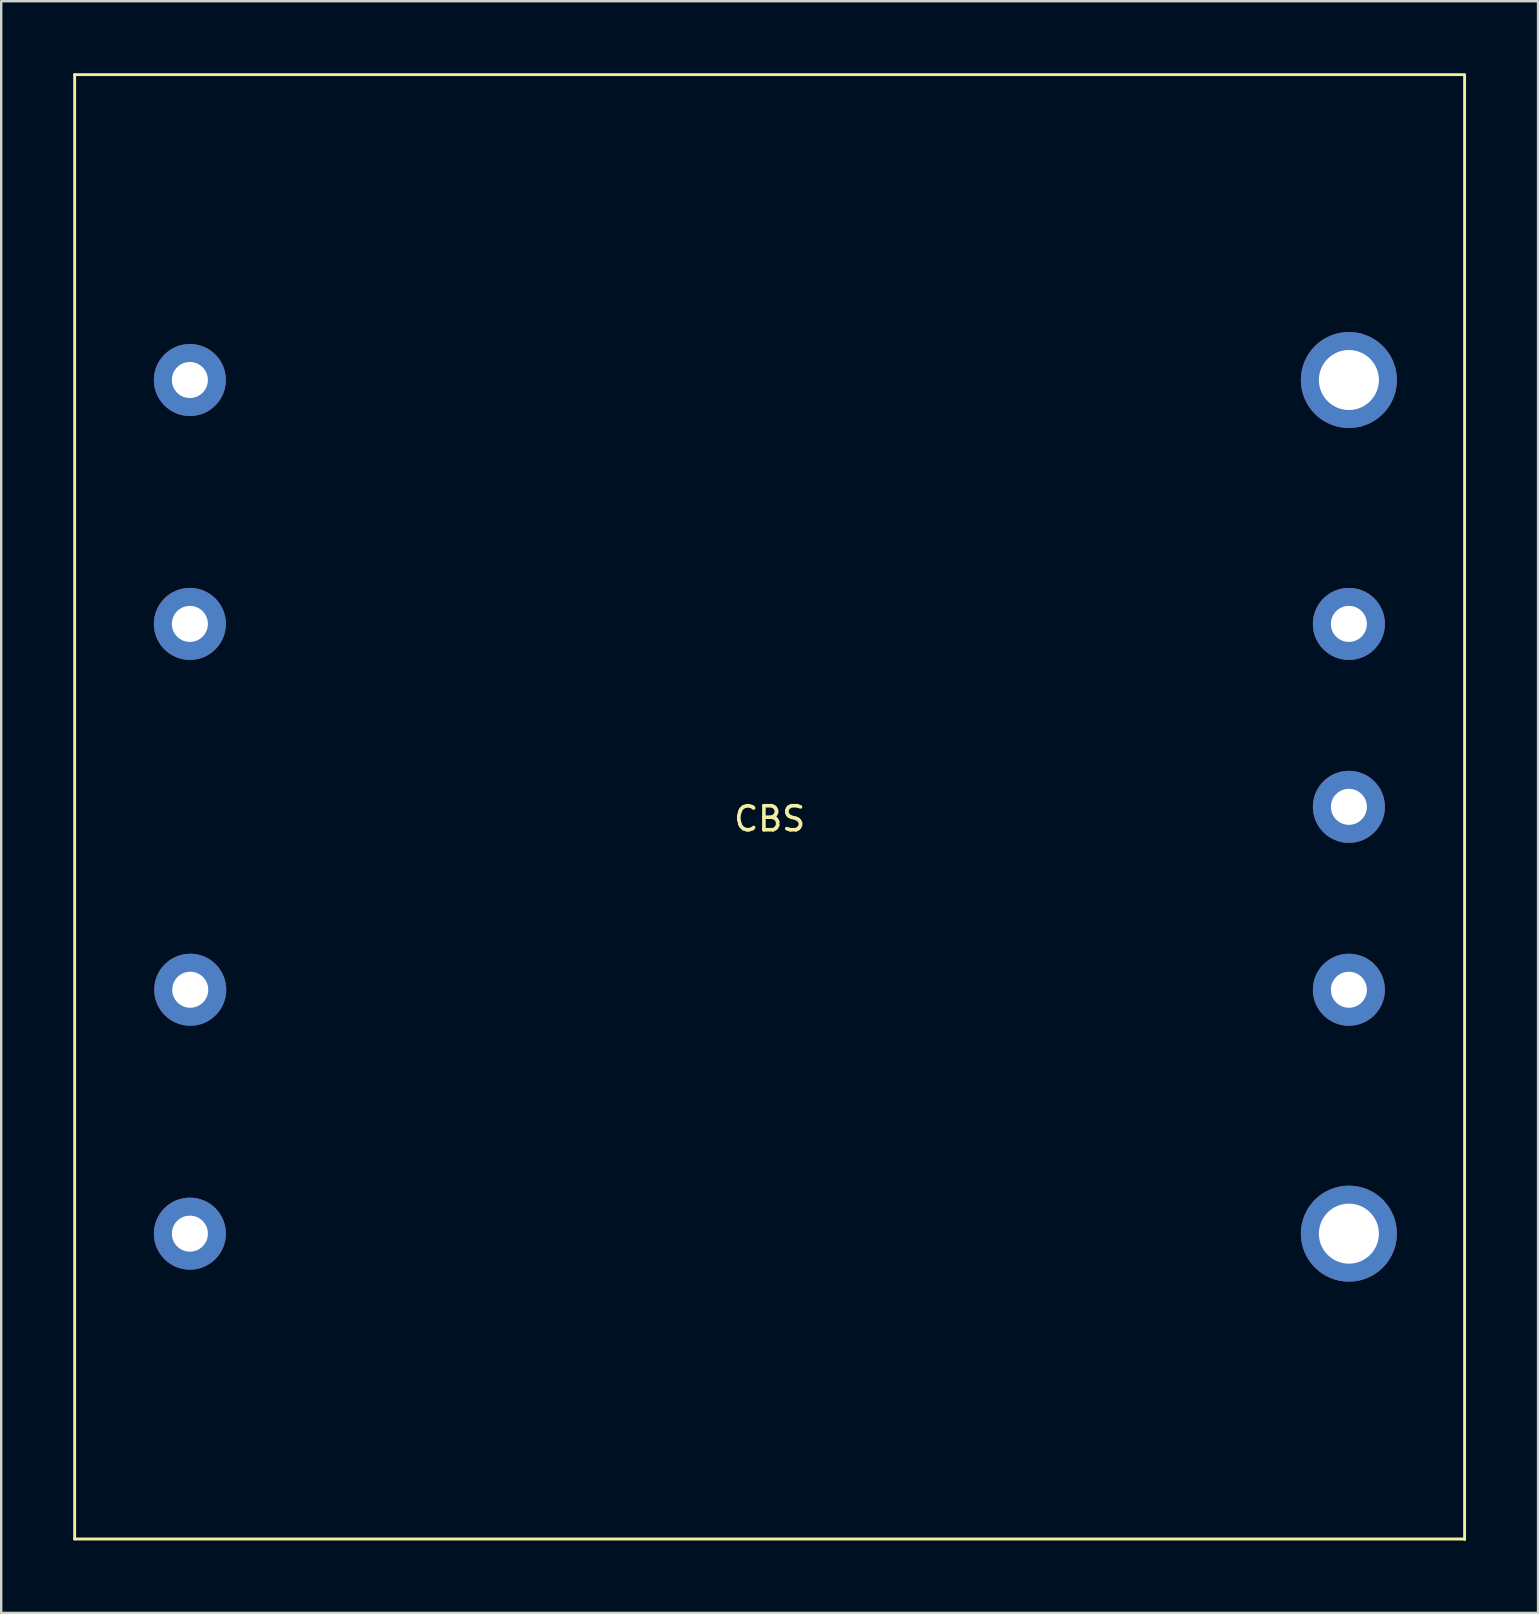
<source format=kicad_pcb>
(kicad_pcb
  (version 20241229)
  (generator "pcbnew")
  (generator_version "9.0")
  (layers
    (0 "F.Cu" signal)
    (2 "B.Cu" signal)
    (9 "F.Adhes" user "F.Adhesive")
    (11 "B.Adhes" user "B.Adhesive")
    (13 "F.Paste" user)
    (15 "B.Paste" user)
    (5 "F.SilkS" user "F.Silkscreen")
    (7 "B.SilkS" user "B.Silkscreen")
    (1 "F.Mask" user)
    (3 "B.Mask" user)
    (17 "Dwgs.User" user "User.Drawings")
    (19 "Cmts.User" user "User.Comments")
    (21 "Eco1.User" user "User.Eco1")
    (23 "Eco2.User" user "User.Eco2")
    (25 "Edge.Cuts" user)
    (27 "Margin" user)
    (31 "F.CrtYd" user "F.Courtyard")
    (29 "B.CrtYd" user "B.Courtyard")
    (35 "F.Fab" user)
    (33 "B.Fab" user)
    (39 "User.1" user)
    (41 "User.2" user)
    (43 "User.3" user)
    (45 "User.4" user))
  (footprint "CBS"
    (layer "F.Cu")
    (at 29.01 30.56)
    (property "Reference" "CBS" (at 0 0.5 0) (layer "F.SilkS") (effects (font (size 1 1) (thickness 0.15))))
    (attr through_hole)
    (fp_line (start -28.95 -30.5) (end 28.95 -30.5) (stroke (width 0.12) (type solid)) (layer "F.SilkS"))
    (fp_line (start -28.95 30.5) (end -28.95 -30.5) (stroke (width 0.12) (type solid)) (layer "F.SilkS"))
    (fp_line (start -28.95 30.5) (end 28.95 30.5) (stroke (width 0.12) (type solid)) (layer "F.SilkS"))
    (fp_line (start 28.95 30.52) (end 28.95 -30.48) (stroke (width 0.12) (type solid)) (layer "F.SilkS"))
    (pad "1" thru_hole circle (at -24.15 -17.78) (size 3 3) (drill 1.5) (layers "*.Cu" "*.Mask"))
    (pad "2" thru_hole circle (at -24.15 -7.62) (size 3 3) (drill 1.5) (layers "*.Cu" "*.Mask"))
    (pad "3" thru_hole circle (at -24.135 7.62) (size 3 3) (drill 1.5) (layers "*.Cu" "*.Mask"))
    (pad "4" thru_hole circle (at -24.15 17.78) (size 3 3) (drill 1.5) (layers "*.Cu" "*.Mask"))
    (pad "5" thru_hole circle (at 24.13 -17.78) (size 4 4) (drill 2.5) (layers "*.Cu" "*.Mask"))
    (pad "6" thru_hole circle (at 24.13 -7.62) (size 3 3) (drill 1.5) (layers "*.Cu" "*.Mask"))
    (pad "7" thru_hole circle (at 24.13 0) (size 3 3) (drill 1.5) (layers "*.Cu" "*.Mask"))
    (pad "8" thru_hole circle (at 24.13 7.62) (size 3 3) (drill 1.5) (layers "*.Cu" "*.Mask"))
    (pad "9" thru_hole circle (at 24.13 17.78) (size 4 4) (drill 2.5) (layers "*.Cu" "*.Mask")))
  (gr_rect
    (start -3 -3)
    (end 61.02 64.14)
    (stroke (width 0.1) (type default))
    (fill no)
    (layer "Edge.Cuts")))
</source>
